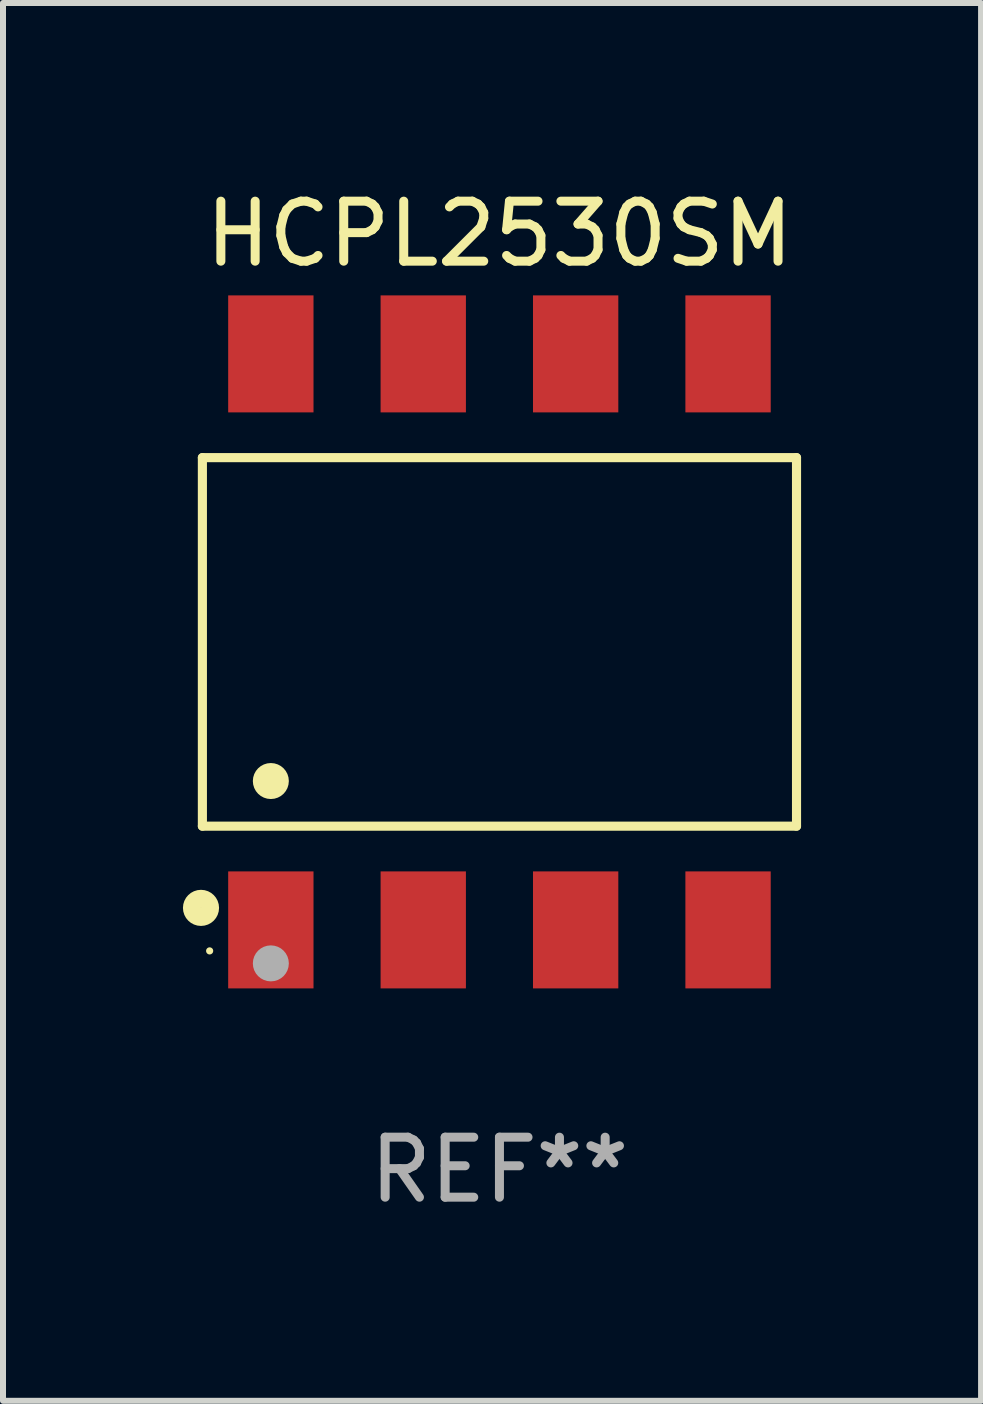
<source format=kicad_pcb>
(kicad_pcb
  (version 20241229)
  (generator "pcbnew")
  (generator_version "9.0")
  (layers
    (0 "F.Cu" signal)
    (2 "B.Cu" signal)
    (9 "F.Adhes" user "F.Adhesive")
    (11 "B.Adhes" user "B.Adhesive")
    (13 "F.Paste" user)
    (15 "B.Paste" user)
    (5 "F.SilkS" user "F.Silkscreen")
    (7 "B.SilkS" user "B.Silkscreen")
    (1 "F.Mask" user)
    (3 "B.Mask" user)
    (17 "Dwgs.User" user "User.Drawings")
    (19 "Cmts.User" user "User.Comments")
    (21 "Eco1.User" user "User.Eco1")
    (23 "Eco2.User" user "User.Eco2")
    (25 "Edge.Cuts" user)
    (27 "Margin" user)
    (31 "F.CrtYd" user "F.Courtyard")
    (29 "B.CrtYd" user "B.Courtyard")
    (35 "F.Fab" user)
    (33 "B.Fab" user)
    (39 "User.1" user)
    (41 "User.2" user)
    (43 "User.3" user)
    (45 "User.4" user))
  (footprint "HCPL2530SM"
    (layer "F.Cu")
    (at 5.274 7.648)
    (property "Reference" "HCPL2530SM" (at 0 -6.8 0) (layer "F.SilkS") (effects (font (size 1 1) (thickness 0.15))))
    (attr through_hole)
    (fp_line (start -4.951 -3.071) (end 4.951 -3.071) (stroke (width 0.152) (type solid)) (layer "F.SilkS"))
    (fp_line (start -4.951 3.071) (end -4.951 -3.071) (stroke (width 0.152) (type solid)) (layer "F.SilkS"))
    (fp_line (start 4.951 -3.071) (end 4.951 3.071) (stroke (width 0.152) (type solid)) (layer "F.SilkS"))
    (fp_line (start 4.951 3.071) (end -4.951 3.071) (stroke (width 0.152) (type solid)) (layer "F.SilkS"))
    (fp_circle (center -4.974 4.433) (end -4.823 4.433) (stroke (width 0.3) (type solid)) (fill no) (layer "F.SilkS"))
    (fp_circle (center -4.83 5.15) (end -4.8 5.15) (stroke (width 0.06) (type solid)) (fill no) (layer "F.SilkS"))
    (fp_circle (center -3.81 2.319) (end -3.66 2.319) (stroke (width 0.3) (type solid)) (fill no) (layer "F.SilkS"))
    (fp_circle (center -3.81 5.358) (end -3.66 5.358) (stroke (width 0.3) (type solid)) (fill no) (layer "F.Fab"))
    (fp_text user "REF**" (at 0 8.8 0) (layer "F.Fab") (effects (font (size 1 1) (thickness 0.15))))
    (pad "1" smd rect (at -3.81 4.8) (size 1.422 1.95) (layers "F.Cu" "F.Mask" "F.Paste"))
    (pad "2" smd rect (at -1.27 4.8) (size 1.422 1.95) (layers "F.Cu" "F.Mask" "F.Paste"))
    (pad "3" smd rect (at 1.27 4.8) (size 1.422 1.95) (layers "F.Cu" "F.Mask" "F.Paste"))
    (pad "4" smd rect (at 3.81 4.8) (size 1.422 1.95) (layers "F.Cu" "F.Mask" "F.Paste"))
    (pad "5" smd rect (at 3.81 -4.8) (size 1.422 1.95) (layers "F.Cu" "F.Mask" "F.Paste"))
    (pad "6" smd rect (at 1.27 -4.8) (size 1.422 1.95) (layers "F.Cu" "F.Mask" "F.Paste"))
    (pad "7" smd rect (at -1.27 -4.8) (size 1.422 1.95) (layers "F.Cu" "F.Mask" "F.Paste"))
    (pad "8" smd rect (at -3.81 -4.8) (size 1.422 1.95) (layers "F.Cu" "F.Mask" "F.Paste")))
  (gr_rect
    (start -3 -3)
    (end 13.301 20.296)
    (stroke (width 0.1) (type default))
    (fill no)
    (layer "Edge.Cuts")))
</source>
